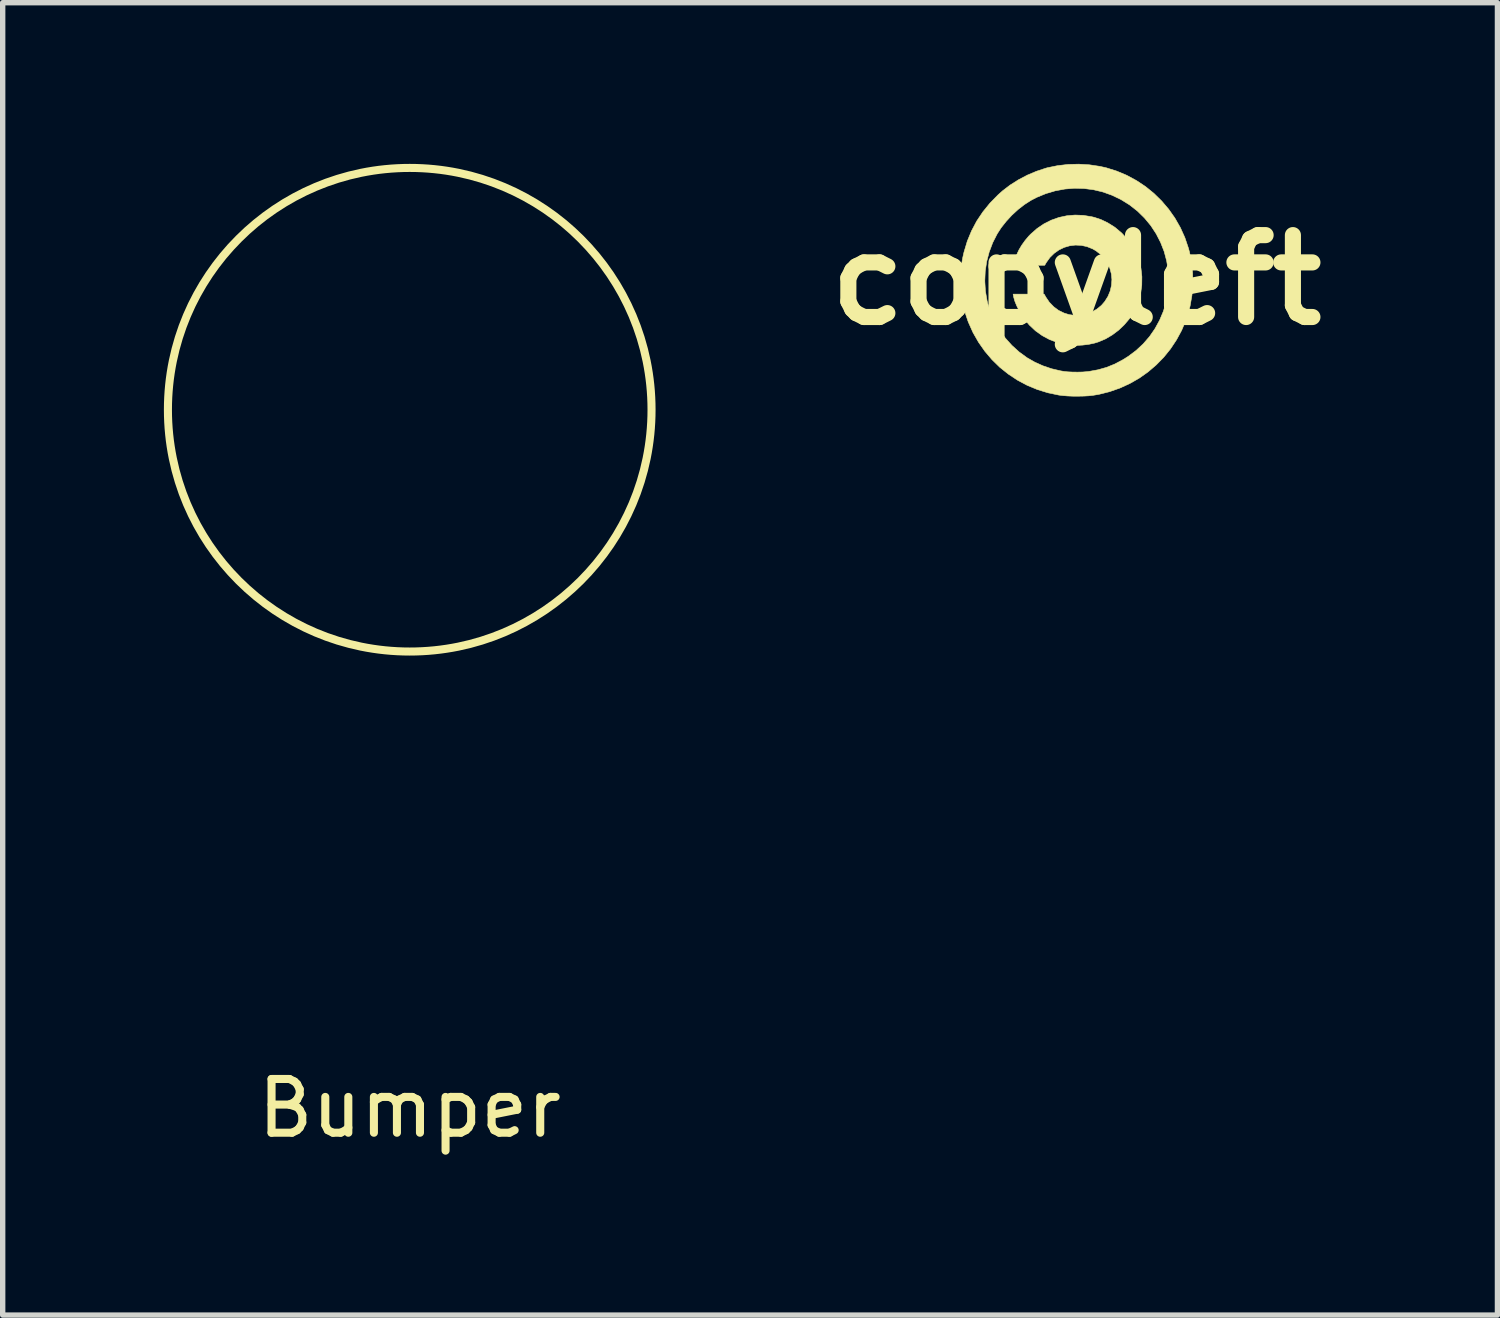
<source format=kicad_pcb>
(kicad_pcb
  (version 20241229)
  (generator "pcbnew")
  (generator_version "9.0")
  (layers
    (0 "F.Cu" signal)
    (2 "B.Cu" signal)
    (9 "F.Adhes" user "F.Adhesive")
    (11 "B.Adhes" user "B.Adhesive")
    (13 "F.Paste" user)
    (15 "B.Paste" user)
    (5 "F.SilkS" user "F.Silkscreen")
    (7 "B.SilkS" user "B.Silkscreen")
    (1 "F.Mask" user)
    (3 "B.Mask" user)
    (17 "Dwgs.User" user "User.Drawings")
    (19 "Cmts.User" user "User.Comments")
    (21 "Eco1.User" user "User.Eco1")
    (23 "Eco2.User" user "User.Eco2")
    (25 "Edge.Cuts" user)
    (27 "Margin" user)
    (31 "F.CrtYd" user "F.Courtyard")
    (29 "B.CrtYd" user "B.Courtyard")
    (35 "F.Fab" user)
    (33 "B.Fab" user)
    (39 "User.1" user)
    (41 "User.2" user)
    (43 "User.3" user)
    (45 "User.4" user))
  (footprint "Bumper"
    (layer "F.Cu")
    (at 4.575 4.575)
    (property "Reference" "Bumper" (at 0 13 0) (layer "F.SilkS") (effects (font (size 1 1) (thickness 0.15))))
    (attr through_hole)
    (fp_circle (center 0 0) (end 4.5 0) (stroke (width 0.15) (type solid)) (fill no) (layer "F.SilkS")))
  (footprint "copyleft"
    (layer "F.Cu")
    (at 16.983 2.16)
    (property "Reference" "copyleft" (at 0 0 0) (layer "F.SilkS") (effects (font (size 1.524 1.524) (thickness 0.3))))
    (attr through_hole)
    (fp_poly (pts (xy 0.129 -1.202) (xy 0.287 -1.176) (xy 0.336 -1.164) (xy 0.458 -1.123) (xy 0.579 -1.065) (xy 0.695 -0.993) (xy 0.721 -0.975) (xy 0.843 -0.872) (xy 0.949 -0.757) (xy 1.038 -0.633) (xy 1.11 -0.5) (xy 1.164 -0.359) (xy 1.2 -0.213) (xy 1.217 -0.061) (xy 1.215 0.094) (xy 1.194 0.251) (xy 1.175 0.336) (xy 1.129 0.47) (xy 1.065 0.599) (xy 0.985 0.721) (xy 0.89 0.833) (xy 0.784 0.934) (xy 0.667 1.022) (xy 0.542 1.096) (xy 0.41 1.152) (xy 0.336 1.175) (xy 0.229 1.198) (xy 0.115 1.212) (xy 0.002 1.218) (xy -0.105 1.215) (xy -0.193 1.204) (xy -0.352 1.165) (xy -0.501 1.109) (xy -0.637 1.036) (xy -0.762 0.947) (xy -0.875 0.841) (xy -0.968 0.73) (xy -1.021 0.652) (xy -1.07 0.566) (xy -1.113 0.479) (xy -1.147 0.395) (xy -1.169 0.319) (xy -1.172 0.302) (xy -1.179 0.264) (xy -0.601 0.264) (xy -0.571 0.318) (xy -0.505 0.415) (xy -0.425 0.498) (xy -0.334 0.566) (xy -0.231 0.616) (xy -0.138 0.645) (xy -0.031 0.659) (xy 0.077 0.655) (xy 0.183 0.634) (xy 0.285 0.596) (xy 0.379 0.543) (xy 0.462 0.475) (xy 0.525 0.403) (xy 0.586 0.306) (xy 0.628 0.204) (xy 0.652 0.098) (xy 0.659 -0.008) (xy 0.649 -0.112) (xy 0.622 -0.214) (xy 0.58 -0.31) (xy 0.521 -0.398) (xy 0.448 -0.477) (xy 0.359 -0.545) (xy 0.3 -0.579) (xy 0.195 -0.621) (xy 0.088 -0.644) (xy -0.02 -0.649) (xy -0.126 -0.636) (xy -0.229 -0.606) (xy -0.326 -0.559) (xy -0.415 -0.496) (xy -0.494 -0.419) (xy -0.561 -0.326) (xy -0.565 -0.319) (xy -0.591 -0.274) (xy -1.168 -0.274) (xy -1.168 -0.298) (xy -1.164 -0.324) (xy -1.153 -0.363) (xy -1.136 -0.411) (xy -1.115 -0.463) (xy -1.092 -0.515) (xy -1.07 -0.561) (xy -1.019 -0.647) (xy -0.956 -0.735) (xy -0.887 -0.817) (xy -0.854 -0.851) (xy -0.735 -0.956) (xy -0.607 -1.043) (xy -0.471 -1.112) (xy -0.328 -1.163) (xy -0.179 -1.195) (xy -0.026 -1.208) (xy 0.129 -1.202)) (stroke (width 0.01) (type solid)) (fill yes) (layer "F.SilkS"))
    (fp_poly (pts (xy 0.241 -2.143) (xy 0.435 -2.114) (xy 0.552 -2.088) (xy 0.749 -2.026) (xy 0.937 -1.947) (xy 1.116 -1.85) (xy 1.285 -1.738) (xy 1.441 -1.611) (xy 1.585 -1.47) (xy 1.716 -1.316) (xy 1.832 -1.151) (xy 1.933 -0.974) (xy 2.017 -0.788) (xy 2.083 -0.593) (xy 2.103 -0.519) (xy 2.142 -0.324) (xy 2.162 -0.123) (xy 2.165 0.081) (xy 2.149 0.283) (xy 2.115 0.481) (xy 2.097 0.554) (xy 2.036 0.75) (xy 1.957 0.938) (xy 1.861 1.115) (xy 1.75 1.282) (xy 1.624 1.438) (xy 1.484 1.581) (xy 1.332 1.711) (xy 1.168 1.827) (xy 0.993 1.927) (xy 0.809 2.011) (xy 0.616 2.079) (xy 0.416 2.129) (xy 0.302 2.148) (xy 0.227 2.156) (xy 0.137 2.161) (xy 0.039 2.163) (xy -0.062 2.163) (xy -0.161 2.159) (xy -0.25 2.152) (xy -0.325 2.143) (xy -0.531 2.1) (xy -0.729 2.039) (xy -0.919 1.96) (xy -1.099 1.864) (xy -1.268 1.752) (xy -1.427 1.625) (xy -1.572 1.483) (xy -1.704 1.328) (xy -1.822 1.16) (xy -1.925 0.98) (xy -2.011 0.788) (xy -2.025 0.75) (xy -2.079 0.587) (xy -2.118 0.424) (xy -2.142 0.254) (xy -2.153 0.075) (xy -2.154 0.02) (xy -1.706 0.02) (xy -1.695 0.204) (xy -1.664 0.386) (xy -1.651 0.44) (xy -1.596 0.612) (xy -1.523 0.778) (xy -1.432 0.935) (xy -1.324 1.082) (xy -1.202 1.218) (xy -1.066 1.341) (xy -0.919 1.448) (xy -0.779 1.528) (xy -0.626 1.597) (xy -0.464 1.652) (xy -0.298 1.691) (xy -0.234 1.702) (xy -0.159 1.71) (xy -0.071 1.714) (xy 0.023 1.715) (xy 0.115 1.713) (xy 0.199 1.706) (xy 0.234 1.702) (xy 0.403 1.671) (xy 0.561 1.626) (xy 0.712 1.565) (xy 0.861 1.486) (xy 0.962 1.423) (xy 1.109 1.313) (xy 1.242 1.189) (xy 1.36 1.053) (xy 1.462 0.905) (xy 1.548 0.747) (xy 1.618 0.581) (xy 1.669 0.407) (xy 1.702 0.228) (xy 1.716 0.044) (xy 1.717 0.009) (xy 1.707 -0.176) (xy 1.678 -0.356) (xy 1.631 -0.532) (xy 1.565 -0.7) (xy 1.482 -0.861) (xy 1.383 -1.012) (xy 1.267 -1.152) (xy 1.137 -1.28) (xy 0.992 -1.394) (xy 0.985 -1.399) (xy 0.827 -1.497) (xy 0.663 -1.576) (xy 0.493 -1.637) (xy 0.318 -1.679) (xy 0.141 -1.702) (xy -0.038 -1.707) (xy -0.217 -1.692) (xy -0.395 -1.659) (xy -0.57 -1.607) (xy -0.741 -1.537) (xy -0.848 -1.481) (xy -0.968 -1.404) (xy -1.088 -1.311) (xy -1.202 -1.206) (xy -1.308 -1.091) (xy -1.402 -0.972) (xy -1.475 -0.859) (xy -1.559 -0.694) (xy -1.624 -0.522) (xy -1.671 -0.344) (xy -1.698 -0.163) (xy -1.706 0.02) (xy -2.154 0.02) (xy -2.154 0.008) (xy -2.152 -0.111) (xy -2.146 -0.216) (xy -2.134 -0.315) (xy -2.117 -0.414) (xy -2.093 -0.52) (xy -2.092 -0.522) (xy -2.032 -0.722) (xy -1.953 -0.913) (xy -1.857 -1.095) (xy -1.742 -1.267) (xy -1.61 -1.43) (xy -1.461 -1.582) (xy -1.376 -1.658) (xy -1.235 -1.766) (xy -1.08 -1.864) (xy -0.915 -1.951) (xy -0.744 -2.023) (xy -0.572 -2.08) (xy -0.543 -2.088) (xy -0.353 -2.127) (xy -0.157 -2.15) (xy 0.042 -2.155) (xy 0.241 -2.143)) (stroke (width 0.01) (type solid)) (fill yes) (layer "F.SilkS")))
  (gr_rect
    (start -3 -3)
    (end 24.817 21.423)
    (stroke (width 0.1) (type default))
    (fill no)
    (layer "Edge.Cuts")))
</source>
